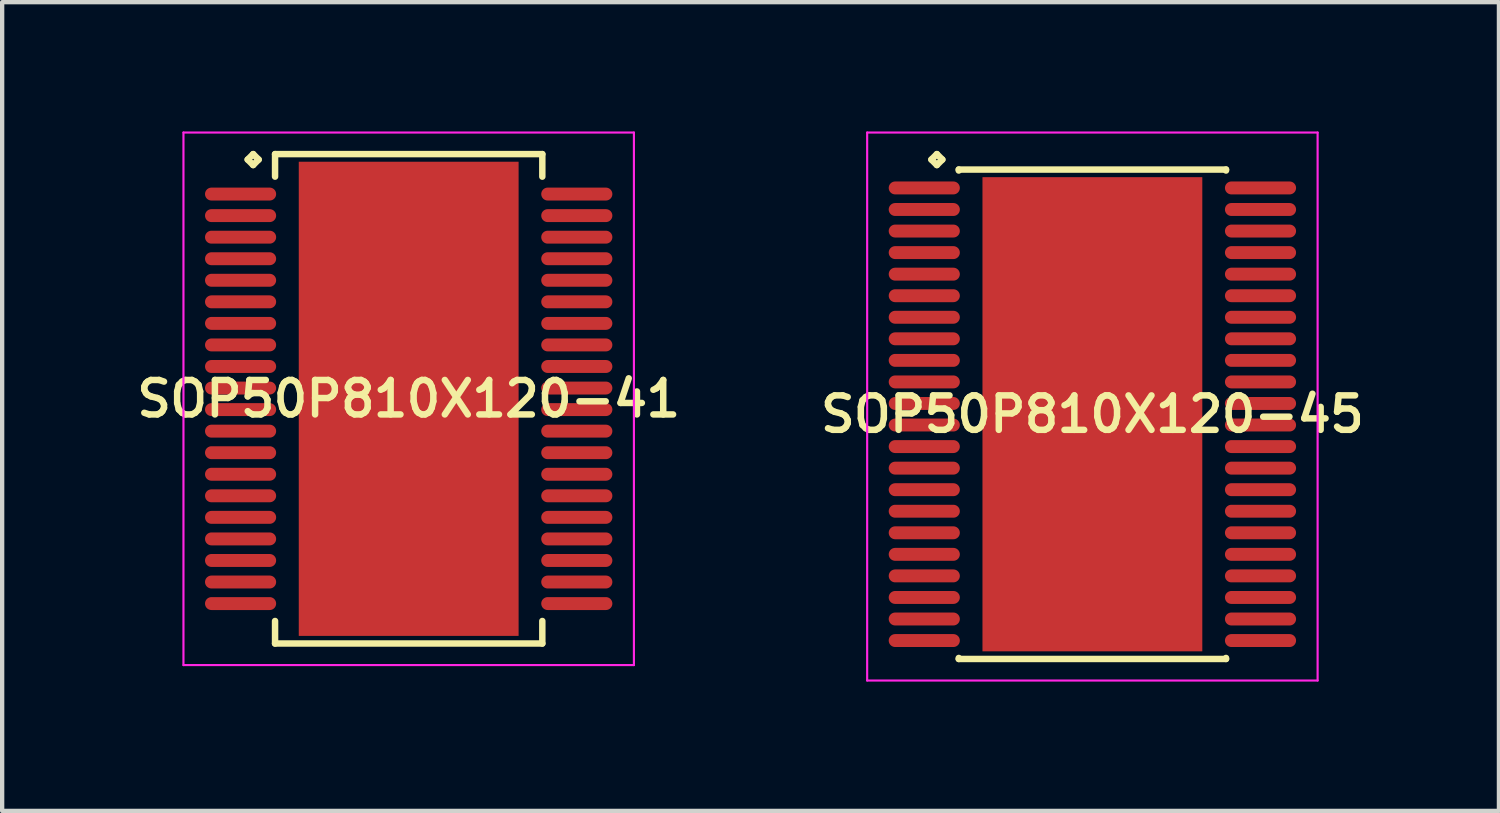
<source format=kicad_pcb>
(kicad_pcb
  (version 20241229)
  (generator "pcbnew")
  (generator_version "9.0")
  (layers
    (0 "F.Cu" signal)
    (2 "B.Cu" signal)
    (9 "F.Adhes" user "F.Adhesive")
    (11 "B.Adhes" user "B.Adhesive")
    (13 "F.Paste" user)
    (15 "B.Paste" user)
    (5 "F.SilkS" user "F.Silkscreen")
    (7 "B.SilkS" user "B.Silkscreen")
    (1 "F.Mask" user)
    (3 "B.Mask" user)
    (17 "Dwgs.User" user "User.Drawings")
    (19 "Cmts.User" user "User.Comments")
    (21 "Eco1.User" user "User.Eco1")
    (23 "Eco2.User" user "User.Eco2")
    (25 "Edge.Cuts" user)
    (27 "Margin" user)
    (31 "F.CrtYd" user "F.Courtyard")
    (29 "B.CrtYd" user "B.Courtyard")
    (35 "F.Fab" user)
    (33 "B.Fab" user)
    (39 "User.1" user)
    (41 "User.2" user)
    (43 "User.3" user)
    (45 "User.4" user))
  (footprint "SOP50P810X120-45"
    (layer "F.Cu")
    (at 22.292 6.56)
    (property "Reference" "SOP50P810X120-45" (at 0 0 0) (layer "F.SilkS") (effects (font (size 0.8 0.8) (thickness 0.15))))
    (attr smd)
    (fp_line (start -3.735 -5.908) (end -3.608 -6.035) (stroke (width 0.15) (type solid)) (layer "F.SilkS"))
    (fp_line (start -3.608 -6.035) (end -3.481 -5.908) (stroke (width 0.15) (type solid)) (layer "F.SilkS"))
    (fp_line (start -3.608 -5.781) (end -3.735 -5.908) (stroke (width 0.15) (type solid)) (layer "F.SilkS"))
    (fp_line (start -3.481 -5.908) (end -3.608 -5.781) (stroke (width 0.15) (type solid)) (layer "F.SilkS"))
    (fp_line (start -3.1 -5.677) (end 3.1 -5.677) (stroke (width 0.15) (type solid)) (layer "F.SilkS"))
    (fp_line (start -3.1 -5.654) (end -3.1 -5.677) (stroke (width 0.15) (type solid)) (layer "F.SilkS"))
    (fp_line (start -3.1 5.654) (end -3.1 5.677) (stroke (width 0.15) (type solid)) (layer "F.SilkS"))
    (fp_line (start -3.1 5.677) (end 3.1 5.677) (stroke (width 0.15) (type solid)) (layer "F.SilkS"))
    (fp_line (start 3.1 -5.677) (end 3.1 -5.654) (stroke (width 0.15) (type solid)) (layer "F.SilkS"))
    (fp_line (start 3.1 5.677) (end 3.1 5.654) (stroke (width 0.15) (type solid)) (layer "F.SilkS"))
    (fp_line (start -5.225 -6.535) (end 5.225 -6.535) (stroke (width 0.05) (type solid)) (layer "F.CrtYd"))
    (fp_line (start -5.225 6.177) (end -5.225 -6.535) (stroke (width 0.05) (type solid)) (layer "F.CrtYd"))
    (fp_line (start 5.225 -6.535) (end 5.225 6.177) (stroke (width 0.05) (type solid)) (layer "F.CrtYd"))
    (fp_line (start 5.225 6.177) (end -5.225 6.177) (stroke (width 0.05) (type solid)) (layer "F.CrtYd"))
    (pad "1" smd oval (at -3.9 -5.25) (size 1.65 0.3) (layers "F.Cu" "F.Mask" "F.Paste"))
    (pad "2" smd oval (at -3.9 -4.75) (size 1.65 0.3) (layers "F.Cu" "F.Mask" "F.Paste"))
    (pad "3" smd oval (at -3.9 -4.25) (size 1.65 0.3) (layers "F.Cu" "F.Mask" "F.Paste"))
    (pad "4" smd oval (at -3.9 -3.75) (size 1.65 0.3) (layers "F.Cu" "F.Mask" "F.Paste"))
    (pad "5" smd oval (at -3.9 -3.25) (size 1.65 0.3) (layers "F.Cu" "F.Mask" "F.Paste"))
    (pad "6" smd oval (at -3.9 -2.75) (size 1.65 0.3) (layers "F.Cu" "F.Mask" "F.Paste"))
    (pad "7" smd oval (at -3.9 -2.25) (size 1.65 0.3) (layers "F.Cu" "F.Mask" "F.Paste"))
    (pad "8" smd oval (at -3.9 -1.75) (size 1.65 0.3) (layers "F.Cu" "F.Mask" "F.Paste"))
    (pad "9" smd oval (at -3.9 -1.25) (size 1.65 0.3) (layers "F.Cu" "F.Mask" "F.Paste"))
    (pad "10" smd oval (at -3.9 -0.75) (size 1.65 0.3) (layers "F.Cu" "F.Mask" "F.Paste"))
    (pad "11" smd oval (at -3.9 -0.25) (size 1.65 0.3) (layers "F.Cu" "F.Mask" "F.Paste"))
    (pad "12" smd oval (at -3.9 0.25) (size 1.65 0.3) (layers "F.Cu" "F.Mask" "F.Paste"))
    (pad "13" smd oval (at -3.9 0.75) (size 1.65 0.3) (layers "F.Cu" "F.Mask" "F.Paste"))
    (pad "14" smd oval (at -3.9 1.25) (size 1.65 0.3) (layers "F.Cu" "F.Mask" "F.Paste"))
    (pad "15" smd oval (at -3.9 1.75) (size 1.65 0.3) (layers "F.Cu" "F.Mask" "F.Paste"))
    (pad "16" smd oval (at -3.9 2.25) (size 1.65 0.3) (layers "F.Cu" "F.Mask" "F.Paste"))
    (pad "17" smd oval (at -3.9 2.75) (size 1.65 0.3) (layers "F.Cu" "F.Mask" "F.Paste"))
    (pad "18" smd oval (at -3.9 3.25) (size 1.65 0.3) (layers "F.Cu" "F.Mask" "F.Paste"))
    (pad "19" smd oval (at -3.9 3.75) (size 1.65 0.3) (layers "F.Cu" "F.Mask" "F.Paste"))
    (pad "20" smd oval (at -3.9 4.25) (size 1.65 0.3) (layers "F.Cu" "F.Mask" "F.Paste"))
    (pad "21" smd oval (at -3.9 4.75) (size 1.65 0.3) (layers "F.Cu" "F.Mask" "F.Paste"))
    (pad "22" smd oval (at -3.9 5.25) (size 1.65 0.3) (layers "F.Cu" "F.Mask" "F.Paste"))
    (pad "23" smd oval (at 3.9 5.25) (size 1.65 0.3) (layers "F.Cu" "F.Mask" "F.Paste"))
    (pad "24" smd oval (at 3.9 4.75) (size 1.65 0.3) (layers "F.Cu" "F.Mask" "F.Paste"))
    (pad "25" smd oval (at 3.9 4.25) (size 1.65 0.3) (layers "F.Cu" "F.Mask" "F.Paste"))
    (pad "26" smd oval (at 3.9 3.75) (size 1.65 0.3) (layers "F.Cu" "F.Mask" "F.Paste"))
    (pad "27" smd oval (at 3.9 3.25) (size 1.65 0.3) (layers "F.Cu" "F.Mask" "F.Paste"))
    (pad "28" smd oval (at 3.9 2.75) (size 1.65 0.3) (layers "F.Cu" "F.Mask" "F.Paste"))
    (pad "29" smd oval (at 3.9 2.25) (size 1.65 0.3) (layers "F.Cu" "F.Mask" "F.Paste"))
    (pad "30" smd oval (at 3.9 1.75) (size 1.65 0.3) (layers "F.Cu" "F.Mask" "F.Paste"))
    (pad "31" smd oval (at 3.9 1.25) (size 1.65 0.3) (layers "F.Cu" "F.Mask" "F.Paste"))
    (pad "32" smd oval (at 3.9 0.75) (size 1.65 0.3) (layers "F.Cu" "F.Mask" "F.Paste"))
    (pad "33" smd oval (at 3.9 0.25) (size 1.65 0.3) (layers "F.Cu" "F.Mask" "F.Paste"))
    (pad "34" smd oval (at 3.9 -0.25) (size 1.65 0.3) (layers "F.Cu" "F.Mask" "F.Paste"))
    (pad "35" smd oval (at 3.9 -0.75) (size 1.65 0.3) (layers "F.Cu" "F.Mask" "F.Paste"))
    (pad "36" smd oval (at 3.9 -1.25) (size 1.65 0.3) (layers "F.Cu" "F.Mask" "F.Paste"))
    (pad "37" smd oval (at 3.9 -1.75) (size 1.65 0.3) (layers "F.Cu" "F.Mask" "F.Paste"))
    (pad "38" smd oval (at 3.9 -2.25) (size 1.65 0.3) (layers "F.Cu" "F.Mask" "F.Paste"))
    (pad "39" smd oval (at 3.9 -2.75) (size 1.65 0.3) (layers "F.Cu" "F.Mask" "F.Paste"))
    (pad "40" smd oval (at 3.9 -3.25) (size 1.65 0.3) (layers "F.Cu" "F.Mask" "F.Paste"))
    (pad "41" smd oval (at 3.9 -3.75) (size 1.65 0.3) (layers "F.Cu" "F.Mask" "F.Paste"))
    (pad "42" smd oval (at 3.9 -4.25) (size 1.65 0.3) (layers "F.Cu" "F.Mask" "F.Paste"))
    (pad "43" smd oval (at 3.9 -4.75) (size 1.65 0.3) (layers "F.Cu" "F.Mask" "F.Paste"))
    (pad "44" smd oval (at 3.9 -5.25) (size 1.65 0.3) (layers "F.Cu" "F.Mask" "F.Paste"))
    (pad "45" smd rect (at 0 0) (size 5.1 11) (layers "F.Cu" "F.Mask" "F.Paste")))
  (footprint "SOP50P810X120-41"
    (layer "F.Cu")
    (at 6.431 6.202)
    (property "Reference" "SOP50P810X120-41" (at 0 0 0) (layer "F.SilkS") (effects (font (size 0.8 0.8) (thickness 0.15))))
    (attr smd)
    (fp_line (start -3.735 -5.55) (end -3.608 -5.677) (stroke (width 0.15) (type solid)) (layer "F.SilkS"))
    (fp_line (start -3.608 -5.677) (end -3.481 -5.55) (stroke (width 0.15) (type solid)) (layer "F.SilkS"))
    (fp_line (start -3.608 -5.423) (end -3.735 -5.55) (stroke (width 0.15) (type solid)) (layer "F.SilkS"))
    (fp_line (start -3.481 -5.55) (end -3.608 -5.423) (stroke (width 0.15) (type solid)) (layer "F.SilkS"))
    (fp_line (start -3.1 -5.677) (end 3.1 -5.677) (stroke (width 0.15) (type solid)) (layer "F.SilkS"))
    (fp_line (start -3.1 -5.154) (end -3.1 -5.677) (stroke (width 0.15) (type solid)) (layer "F.SilkS"))
    (fp_line (start -3.1 5.154) (end -3.1 5.677) (stroke (width 0.15) (type solid)) (layer "F.SilkS"))
    (fp_line (start -3.1 5.677) (end 3.1 5.677) (stroke (width 0.15) (type solid)) (layer "F.SilkS"))
    (fp_line (start 3.1 -5.677) (end 3.1 -5.154) (stroke (width 0.15) (type solid)) (layer "F.SilkS"))
    (fp_line (start 3.1 5.677) (end 3.1 5.154) (stroke (width 0.15) (type solid)) (layer "F.SilkS"))
    (fp_line (start -5.225 -6.177) (end 5.225 -6.177) (stroke (width 0.05) (type solid)) (layer "F.CrtYd"))
    (fp_line (start -5.225 6.177) (end -5.225 -6.177) (stroke (width 0.05) (type solid)) (layer "F.CrtYd"))
    (fp_line (start 5.225 -6.177) (end 5.225 6.177) (stroke (width 0.05) (type solid)) (layer "F.CrtYd"))
    (fp_line (start 5.225 6.177) (end -5.225 6.177) (stroke (width 0.05) (type solid)) (layer "F.CrtYd"))
    (pad "1" smd oval (at -3.9 -4.75) (size 1.65 0.3) (layers "F.Cu" "F.Mask" "F.Paste"))
    (pad "2" smd oval (at -3.9 -4.25) (size 1.65 0.3) (layers "F.Cu" "F.Mask" "F.Paste"))
    (pad "3" smd oval (at -3.9 -3.75) (size 1.65 0.3) (layers "F.Cu" "F.Mask" "F.Paste"))
    (pad "4" smd oval (at -3.9 -3.25) (size 1.65 0.3) (layers "F.Cu" "F.Mask" "F.Paste"))
    (pad "5" smd oval (at -3.9 -2.75) (size 1.65 0.3) (layers "F.Cu" "F.Mask" "F.Paste"))
    (pad "6" smd oval (at -3.9 -2.25) (size 1.65 0.3) (layers "F.Cu" "F.Mask" "F.Paste"))
    (pad "7" smd oval (at -3.9 -1.75) (size 1.65 0.3) (layers "F.Cu" "F.Mask" "F.Paste"))
    (pad "8" smd oval (at -3.9 -1.25) (size 1.65 0.3) (layers "F.Cu" "F.Mask" "F.Paste"))
    (pad "9" smd oval (at -3.9 -0.75) (size 1.65 0.3) (layers "F.Cu" "F.Mask" "F.Paste"))
    (pad "10" smd oval (at -3.9 -0.25) (size 1.65 0.3) (layers "F.Cu" "F.Mask" "F.Paste"))
    (pad "11" smd oval (at -3.9 0.25) (size 1.65 0.3) (layers "F.Cu" "F.Mask" "F.Paste"))
    (pad "12" smd oval (at -3.9 0.75) (size 1.65 0.3) (layers "F.Cu" "F.Mask" "F.Paste"))
    (pad "13" smd oval (at -3.9 1.25) (size 1.65 0.3) (layers "F.Cu" "F.Mask" "F.Paste"))
    (pad "14" smd oval (at -3.9 1.75) (size 1.65 0.3) (layers "F.Cu" "F.Mask" "F.Paste"))
    (pad "15" smd oval (at -3.9 2.25) (size 1.65 0.3) (layers "F.Cu" "F.Mask" "F.Paste"))
    (pad "16" smd oval (at -3.9 2.75) (size 1.65 0.3) (layers "F.Cu" "F.Mask" "F.Paste"))
    (pad "17" smd oval (at -3.9 3.25) (size 1.65 0.3) (layers "F.Cu" "F.Mask" "F.Paste"))
    (pad "18" smd oval (at -3.9 3.75) (size 1.65 0.3) (layers "F.Cu" "F.Mask" "F.Paste"))
    (pad "19" smd oval (at -3.9 4.25) (size 1.65 0.3) (layers "F.Cu" "F.Mask" "F.Paste"))
    (pad "20" smd oval (at -3.9 4.75) (size 1.65 0.3) (layers "F.Cu" "F.Mask" "F.Paste"))
    (pad "21" smd oval (at 3.9 4.75) (size 1.65 0.3) (layers "F.Cu" "F.Mask" "F.Paste"))
    (pad "22" smd oval (at 3.9 4.25) (size 1.65 0.3) (layers "F.Cu" "F.Mask" "F.Paste"))
    (pad "23" smd oval (at 3.9 3.75) (size 1.65 0.3) (layers "F.Cu" "F.Mask" "F.Paste"))
    (pad "24" smd oval (at 3.9 3.25) (size 1.65 0.3) (layers "F.Cu" "F.Mask" "F.Paste"))
    (pad "25" smd oval (at 3.9 2.75) (size 1.65 0.3) (layers "F.Cu" "F.Mask" "F.Paste"))
    (pad "26" smd oval (at 3.9 2.25) (size 1.65 0.3) (layers "F.Cu" "F.Mask" "F.Paste"))
    (pad "27" smd oval (at 3.9 1.75) (size 1.65 0.3) (layers "F.Cu" "F.Mask" "F.Paste"))
    (pad "28" smd oval (at 3.9 1.25) (size 1.65 0.3) (layers "F.Cu" "F.Mask" "F.Paste"))
    (pad "29" smd oval (at 3.9 0.75) (size 1.65 0.3) (layers "F.Cu" "F.Mask" "F.Paste"))
    (pad "30" smd oval (at 3.9 0.25) (size 1.65 0.3) (layers "F.Cu" "F.Mask" "F.Paste"))
    (pad "31" smd oval (at 3.9 -0.25) (size 1.65 0.3) (layers "F.Cu" "F.Mask" "F.Paste"))
    (pad "32" smd oval (at 3.9 -0.75) (size 1.65 0.3) (layers "F.Cu" "F.Mask" "F.Paste"))
    (pad "33" smd oval (at 3.9 -1.25) (size 1.65 0.3) (layers "F.Cu" "F.Mask" "F.Paste"))
    (pad "34" smd oval (at 3.9 -1.75) (size 1.65 0.3) (layers "F.Cu" "F.Mask" "F.Paste"))
    (pad "35" smd oval (at 3.9 -2.25) (size 1.65 0.3) (layers "F.Cu" "F.Mask" "F.Paste"))
    (pad "36" smd oval (at 3.9 -2.75) (size 1.65 0.3) (layers "F.Cu" "F.Mask" "F.Paste"))
    (pad "37" smd oval (at 3.9 -3.25) (size 1.65 0.3) (layers "F.Cu" "F.Mask" "F.Paste"))
    (pad "38" smd oval (at 3.9 -3.75) (size 1.65 0.3) (layers "F.Cu" "F.Mask" "F.Paste"))
    (pad "39" smd oval (at 3.9 -4.25) (size 1.65 0.3) (layers "F.Cu" "F.Mask" "F.Paste"))
    (pad "40" smd oval (at 3.9 -4.75) (size 1.65 0.3) (layers "F.Cu" "F.Mask" "F.Paste"))
    (pad "41" smd rect (at 0 0) (size 5.1 11) (layers "F.Cu" "F.Mask" "F.Paste")))
  (gr_rect
    (start -3 -3)
    (end 31.723 15.762)
    (stroke (width 0.1) (type default))
    (fill no)
    (layer "Edge.Cuts")))
</source>
